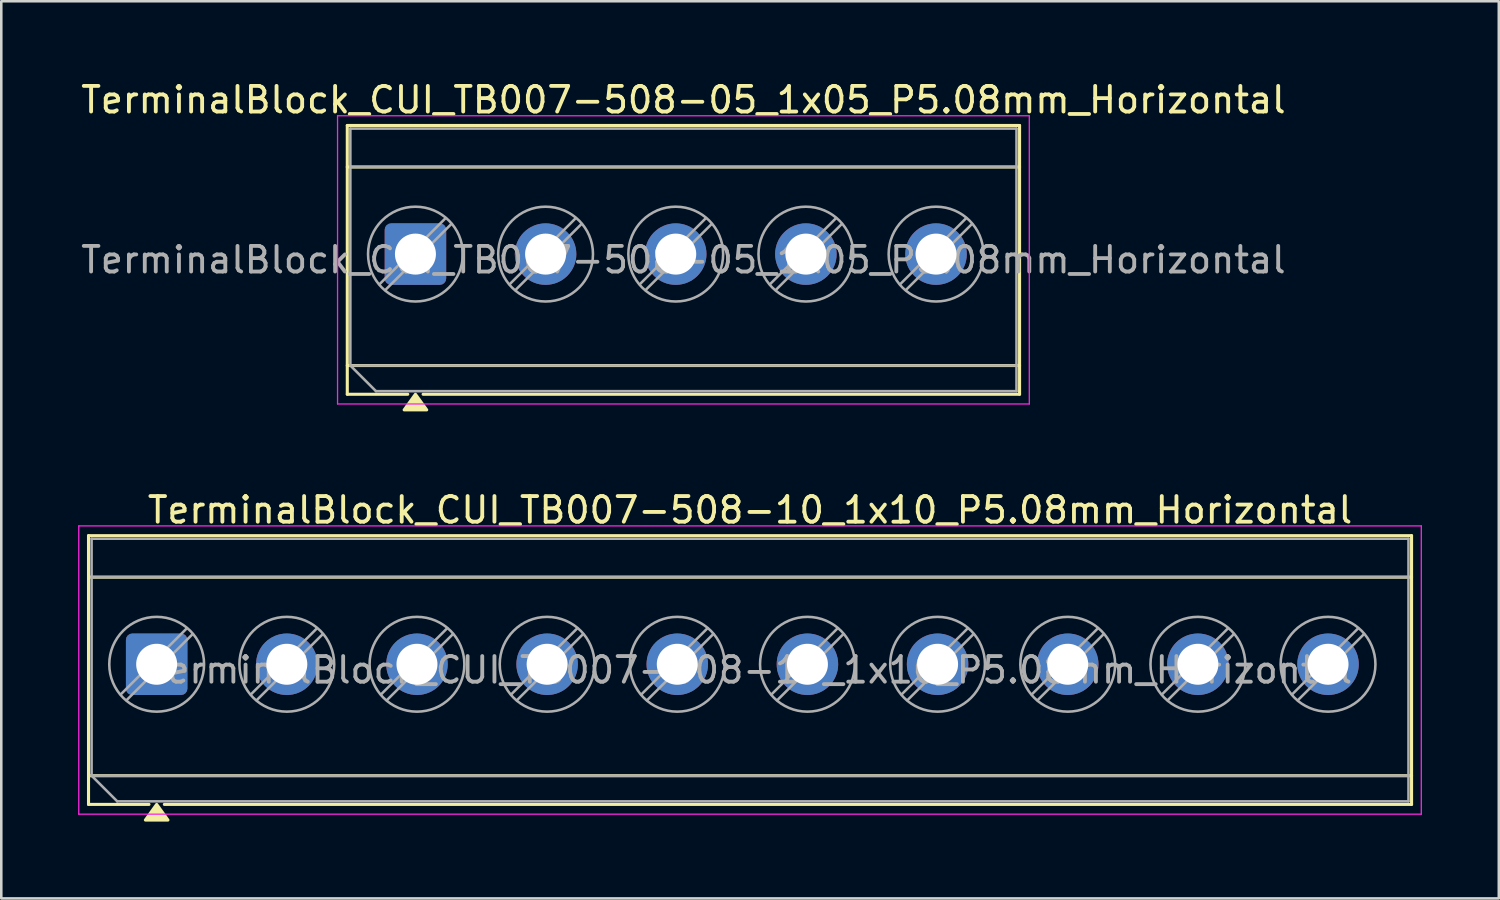
<source format=kicad_pcb>
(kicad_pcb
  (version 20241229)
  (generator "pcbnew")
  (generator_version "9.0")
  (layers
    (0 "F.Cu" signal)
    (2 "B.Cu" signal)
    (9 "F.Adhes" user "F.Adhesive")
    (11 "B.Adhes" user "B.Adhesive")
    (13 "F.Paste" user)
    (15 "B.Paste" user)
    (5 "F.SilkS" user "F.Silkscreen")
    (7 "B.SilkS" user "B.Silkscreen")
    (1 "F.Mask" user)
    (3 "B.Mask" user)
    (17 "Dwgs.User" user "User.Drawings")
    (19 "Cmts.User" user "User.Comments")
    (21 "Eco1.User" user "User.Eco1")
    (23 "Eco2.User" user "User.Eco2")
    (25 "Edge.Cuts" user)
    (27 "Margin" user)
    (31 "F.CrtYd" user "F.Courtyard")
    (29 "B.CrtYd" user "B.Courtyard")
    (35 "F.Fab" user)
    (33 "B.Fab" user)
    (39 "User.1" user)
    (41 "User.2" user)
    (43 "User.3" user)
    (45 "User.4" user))
  (footprint "TerminalBlock_CUI_TB007-508-10_1x10_P5.08mm_Horizontal"
    (layer "F.Cu")
    (at 3.065 22.877)
    (property "Reference" "TerminalBlock_CUI_TB007-508-10_1x10_P5.08mm_Horizontal" (at 23.16 -6.02 0) (layer "F.SilkS") (effects (font (size 1 1) (thickness 0.15))))
    (attr through_hole)
    (fp_line (start -2.66 -5.02) (end 48.98 -5.02) (stroke (width 0.12) (type solid)) (layer "F.SilkS"))
    (fp_line (start -2.66 -3.4) (end 48.98 -3.4) (stroke (width 0.12) (type solid)) (layer "F.SilkS"))
    (fp_line (start -2.66 4.35) (end 48.98 4.35) (stroke (width 0.12) (type solid)) (layer "F.SilkS"))
    (fp_line (start -2.66 5.47) (end -2.66 -5.02) (stroke (width 0.12) (type solid)) (layer "F.SilkS"))
    (fp_line (start -0.3 5.47) (end -2.66 5.47) (stroke (width 0.12) (type solid)) (layer "F.SilkS"))
    (fp_line (start 48.98 -5.02) (end 48.98 5.47) (stroke (width 0.12) (type solid)) (layer "F.SilkS"))
    (fp_line (start 48.98 5.47) (end 0.3 5.47) (stroke (width 0.12) (type solid)) (layer "F.SilkS"))
    (fp_poly (pts (xy 0 5.47) (xy 0.44 6.08) (xy -0.44 6.08)) (stroke (width 0.12) (type solid)) (fill yes) (layer "F.SilkS"))
    (fp_line (start -3.04 -5.4) (end -3.04 5.85) (stroke (width 0.05) (type solid)) (layer "F.CrtYd"))
    (fp_line (start -3.04 5.85) (end 49.36 5.85) (stroke (width 0.05) (type solid)) (layer "F.CrtYd"))
    (fp_line (start 49.36 -5.4) (end -3.04 -5.4) (stroke (width 0.05) (type solid)) (layer "F.CrtYd"))
    (fp_line (start 49.36 5.85) (end 49.36 -5.4) (stroke (width 0.05) (type solid)) (layer "F.CrtYd"))
    (fp_line (start -2.54 -4.9) (end 48.86 -4.9) (stroke (width 0.1) (type solid)) (layer "F.Fab"))
    (fp_line (start -2.54 -3.4) (end 48.86 -3.4) (stroke (width 0.1) (type solid)) (layer "F.Fab"))
    (fp_line (start -2.54 4.35) (end -2.54 -4.9) (stroke (width 0.1) (type solid)) (layer "F.Fab"))
    (fp_line (start -2.54 4.35) (end 48.86 4.35) (stroke (width 0.1) (type solid)) (layer "F.Fab"))
    (fp_line (start -1.54 5.35) (end -2.54 4.35) (stroke (width 0.1) (type solid)) (layer "F.Fab"))
    (fp_line (start 1.177 -1.403) (end -1.403 1.177) (stroke (width 0.1) (type solid)) (layer "F.Fab"))
    (fp_line (start 1.403 -1.177) (end -1.177 1.403) (stroke (width 0.1) (type solid)) (layer "F.Fab"))
    (fp_line (start 6.257 -1.403) (end 3.677 1.177) (stroke (width 0.1) (type solid)) (layer "F.Fab"))
    (fp_line (start 6.483 -1.177) (end 3.903 1.403) (stroke (width 0.1) (type solid)) (layer "F.Fab"))
    (fp_line (start 11.337 -1.403) (end 8.757 1.177) (stroke (width 0.1) (type solid)) (layer "F.Fab"))
    (fp_line (start 11.563 -1.177) (end 8.983 1.403) (stroke (width 0.1) (type solid)) (layer "F.Fab"))
    (fp_line (start 16.417 -1.403) (end 13.837 1.177) (stroke (width 0.1) (type solid)) (layer "F.Fab"))
    (fp_line (start 16.643 -1.177) (end 14.063 1.403) (stroke (width 0.1) (type solid)) (layer "F.Fab"))
    (fp_line (start 21.497 -1.403) (end 18.917 1.177) (stroke (width 0.1) (type solid)) (layer "F.Fab"))
    (fp_line (start 21.723 -1.177) (end 19.143 1.403) (stroke (width 0.1) (type solid)) (layer "F.Fab"))
    (fp_line (start 26.577 -1.403) (end 23.997 1.177) (stroke (width 0.1) (type solid)) (layer "F.Fab"))
    (fp_line (start 26.803 -1.177) (end 24.223 1.403) (stroke (width 0.1) (type solid)) (layer "F.Fab"))
    (fp_line (start 31.657 -1.403) (end 29.077 1.177) (stroke (width 0.1) (type solid)) (layer "F.Fab"))
    (fp_line (start 31.883 -1.177) (end 29.303 1.403) (stroke (width 0.1) (type solid)) (layer "F.Fab"))
    (fp_line (start 36.737 -1.403) (end 34.157 1.177) (stroke (width 0.1) (type solid)) (layer "F.Fab"))
    (fp_line (start 36.963 -1.177) (end 34.383 1.403) (stroke (width 0.1) (type solid)) (layer "F.Fab"))
    (fp_line (start 41.817 -1.403) (end 39.237 1.177) (stroke (width 0.1) (type solid)) (layer "F.Fab"))
    (fp_line (start 42.043 -1.177) (end 39.463 1.403) (stroke (width 0.1) (type solid)) (layer "F.Fab"))
    (fp_line (start 46.897 -1.403) (end 44.317 1.177) (stroke (width 0.1) (type solid)) (layer "F.Fab"))
    (fp_line (start 47.123 -1.177) (end 44.543 1.403) (stroke (width 0.1) (type solid)) (layer "F.Fab"))
    (fp_line (start 48.86 -4.9) (end 48.86 5.35) (stroke (width 0.1) (type solid)) (layer "F.Fab"))
    (fp_line (start 48.86 5.35) (end -1.54 5.35) (stroke (width 0.1) (type solid)) (layer "F.Fab"))
    (fp_circle (center 0 0) (end 1.85 0) (stroke (width 0.1) (type solid)) (fill no) (layer "F.Fab"))
    (fp_circle (center 5.08 0) (end 6.93 0) (stroke (width 0.1) (type solid)) (fill no) (layer "F.Fab"))
    (fp_circle (center 10.16 0) (end 12.01 0) (stroke (width 0.1) (type solid)) (fill no) (layer "F.Fab"))
    (fp_circle (center 15.24 0) (end 17.09 0) (stroke (width 0.1) (type solid)) (fill no) (layer "F.Fab"))
    (fp_circle (center 20.32 0) (end 22.17 0) (stroke (width 0.1) (type solid)) (fill no) (layer "F.Fab"))
    (fp_circle (center 25.4 0) (end 27.25 0) (stroke (width 0.1) (type solid)) (fill no) (layer "F.Fab"))
    (fp_circle (center 30.48 0) (end 32.33 0) (stroke (width 0.1) (type solid)) (fill no) (layer "F.Fab"))
    (fp_circle (center 35.56 0) (end 37.41 0) (stroke (width 0.1) (type solid)) (fill no) (layer "F.Fab"))
    (fp_circle (center 40.64 0) (end 42.49 0) (stroke (width 0.1) (type solid)) (fill no) (layer "F.Fab"))
    (fp_circle (center 45.72 0) (end 47.57 0) (stroke (width 0.1) (type solid)) (fill no) (layer "F.Fab"))
    (fp_text user "${REFERENCE}" (at 23.16 0.225 0) (layer "F.Fab") (effects (font (size 1 1) (thickness 0.15))))
    (pad "1" thru_hole roundrect (at 0 0) (size 2.4 2.4) (drill 1.6) (layers "*.Cu" "*.Mask") (roundrect_rratio 0.104))
    (pad "2" thru_hole circle (at 5.08 0) (size 2.4 2.4) (drill 1.6) (layers "*.Cu" "*.Mask"))
    (pad "3" thru_hole circle (at 10.16 0) (size 2.4 2.4) (drill 1.6) (layers "*.Cu" "*.Mask"))
    (pad "4" thru_hole circle (at 15.24 0) (size 2.4 2.4) (drill 1.6) (layers "*.Cu" "*.Mask"))
    (pad "5" thru_hole circle (at 20.32 0) (size 2.4 2.4) (drill 1.6) (layers "*.Cu" "*.Mask"))
    (pad "6" thru_hole circle (at 25.4 0) (size 2.4 2.4) (drill 1.6) (layers "*.Cu" "*.Mask"))
    (pad "7" thru_hole circle (at 30.48 0) (size 2.4 2.4) (drill 1.6) (layers "*.Cu" "*.Mask"))
    (pad "8" thru_hole circle (at 35.56 0) (size 2.4 2.4) (drill 1.6) (layers "*.Cu" "*.Mask"))
    (pad "9" thru_hole circle (at 40.64 0) (size 2.4 2.4) (drill 1.6) (layers "*.Cu" "*.Mask"))
    (pad "10" thru_hole circle (at 45.72 0) (size 2.4 2.4) (drill 1.6) (layers "*.Cu" "*.Mask")))
  (footprint "TerminalBlock_CUI_TB007-508-05_1x05_P5.08mm_Horizontal"
    (layer "F.Cu")
    (at 13.165 6.868)
    (property "Reference" "TerminalBlock_CUI_TB007-508-05_1x05_P5.08mm_Horizontal" (at 10.46 -6.02 0) (layer "F.SilkS") (effects (font (size 1 1) (thickness 0.15))))
    (attr through_hole)
    (fp_line (start -2.66 -5.02) (end 23.58 -5.02) (stroke (width 0.12) (type solid)) (layer "F.SilkS"))
    (fp_line (start -2.66 -3.4) (end 23.58 -3.4) (stroke (width 0.12) (type solid)) (layer "F.SilkS"))
    (fp_line (start -2.66 4.35) (end 23.58 4.35) (stroke (width 0.12) (type solid)) (layer "F.SilkS"))
    (fp_line (start -2.66 5.47) (end -2.66 -5.02) (stroke (width 0.12) (type solid)) (layer "F.SilkS"))
    (fp_line (start -0.3 5.47) (end -2.66 5.47) (stroke (width 0.12) (type solid)) (layer "F.SilkS"))
    (fp_line (start 23.58 -5.02) (end 23.58 5.47) (stroke (width 0.12) (type solid)) (layer "F.SilkS"))
    (fp_line (start 23.58 5.47) (end 0.3 5.47) (stroke (width 0.12) (type solid)) (layer "F.SilkS"))
    (fp_poly (pts (xy 0 5.47) (xy 0.44 6.08) (xy -0.44 6.08)) (stroke (width 0.12) (type solid)) (fill yes) (layer "F.SilkS"))
    (fp_line (start -3.04 -5.4) (end -3.04 5.85) (stroke (width 0.05) (type solid)) (layer "F.CrtYd"))
    (fp_line (start -3.04 5.85) (end 23.96 5.85) (stroke (width 0.05) (type solid)) (layer "F.CrtYd"))
    (fp_line (start 23.96 -5.4) (end -3.04 -5.4) (stroke (width 0.05) (type solid)) (layer "F.CrtYd"))
    (fp_line (start 23.96 5.85) (end 23.96 -5.4) (stroke (width 0.05) (type solid)) (layer "F.CrtYd"))
    (fp_line (start -2.54 -4.9) (end 23.46 -4.9) (stroke (width 0.1) (type solid)) (layer "F.Fab"))
    (fp_line (start -2.54 -3.4) (end 23.46 -3.4) (stroke (width 0.1) (type solid)) (layer "F.Fab"))
    (fp_line (start -2.54 4.35) (end -2.54 -4.9) (stroke (width 0.1) (type solid)) (layer "F.Fab"))
    (fp_line (start -2.54 4.35) (end 23.46 4.35) (stroke (width 0.1) (type solid)) (layer "F.Fab"))
    (fp_line (start -1.54 5.35) (end -2.54 4.35) (stroke (width 0.1) (type solid)) (layer "F.Fab"))
    (fp_line (start 1.177 -1.403) (end -1.403 1.177) (stroke (width 0.1) (type solid)) (layer "F.Fab"))
    (fp_line (start 1.403 -1.177) (end -1.177 1.403) (stroke (width 0.1) (type solid)) (layer "F.Fab"))
    (fp_line (start 6.257 -1.403) (end 3.677 1.177) (stroke (width 0.1) (type solid)) (layer "F.Fab"))
    (fp_line (start 6.483 -1.177) (end 3.903 1.403) (stroke (width 0.1) (type solid)) (layer "F.Fab"))
    (fp_line (start 11.337 -1.403) (end 8.757 1.177) (stroke (width 0.1) (type solid)) (layer "F.Fab"))
    (fp_line (start 11.563 -1.177) (end 8.983 1.403) (stroke (width 0.1) (type solid)) (layer "F.Fab"))
    (fp_line (start 16.417 -1.403) (end 13.837 1.177) (stroke (width 0.1) (type solid)) (layer "F.Fab"))
    (fp_line (start 16.643 -1.177) (end 14.063 1.403) (stroke (width 0.1) (type solid)) (layer "F.Fab"))
    (fp_line (start 21.497 -1.403) (end 18.917 1.177) (stroke (width 0.1) (type solid)) (layer "F.Fab"))
    (fp_line (start 21.723 -1.177) (end 19.143 1.403) (stroke (width 0.1) (type solid)) (layer "F.Fab"))
    (fp_line (start 23.46 -4.9) (end 23.46 5.35) (stroke (width 0.1) (type solid)) (layer "F.Fab"))
    (fp_line (start 23.46 5.35) (end -1.54 5.35) (stroke (width 0.1) (type solid)) (layer "F.Fab"))
    (fp_circle (center 0 0) (end 1.85 0) (stroke (width 0.1) (type solid)) (fill no) (layer "F.Fab"))
    (fp_circle (center 5.08 0) (end 6.93 0) (stroke (width 0.1) (type solid)) (fill no) (layer "F.Fab"))
    (fp_circle (center 10.16 0) (end 12.01 0) (stroke (width 0.1) (type solid)) (fill no) (layer "F.Fab"))
    (fp_circle (center 15.24 0) (end 17.09 0) (stroke (width 0.1) (type solid)) (fill no) (layer "F.Fab"))
    (fp_circle (center 20.32 0) (end 22.17 0) (stroke (width 0.1) (type solid)) (fill no) (layer "F.Fab"))
    (fp_text user "${REFERENCE}" (at 10.46 0.225 0) (layer "F.Fab") (effects (font (size 1 1) (thickness 0.15))))
    (pad "1" thru_hole roundrect (at 0 0) (size 2.4 2.4) (drill 1.6) (layers "*.Cu" "*.Mask") (roundrect_rratio 0.104))
    (pad "2" thru_hole circle (at 5.08 0) (size 2.4 2.4) (drill 1.6) (layers "*.Cu" "*.Mask"))
    (pad "3" thru_hole circle (at 10.16 0) (size 2.4 2.4) (drill 1.6) (layers "*.Cu" "*.Mask"))
    (pad "4" thru_hole circle (at 15.24 0) (size 2.4 2.4) (drill 1.6) (layers "*.Cu" "*.Mask"))
    (pad "5" thru_hole circle (at 20.32 0) (size 2.4 2.4) (drill 1.6) (layers "*.Cu" "*.Mask")))
  (gr_rect
    (start -3 -3)
    (end 55.45 32.017)
    (stroke (width 0.1) (type default))
    (fill no)
    (layer "Edge.Cuts")))
</source>
